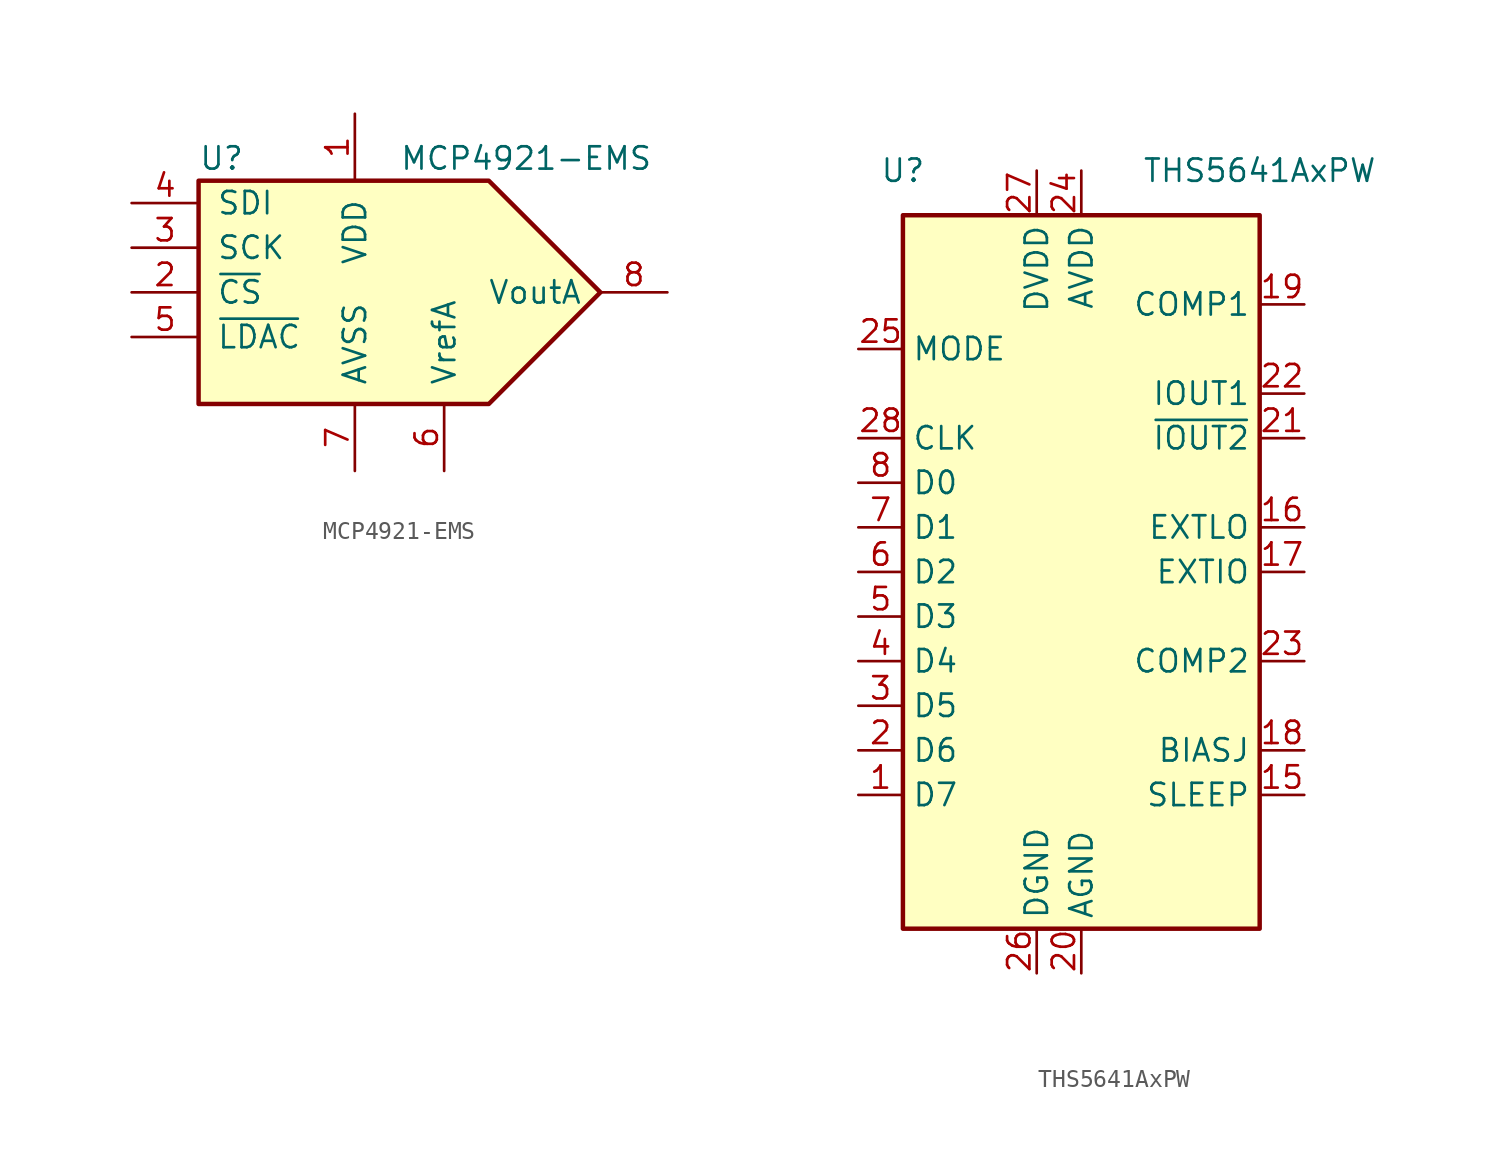
<source format=kicad_sym>
(kicad_symbol_lib
  (version 20211014)
  (generator kicad_symbol_editor)
  (symbol "MCP4921-EMS"
    (pin_names
      (offset 1.016))
    (property "Reference" "U"
      (at -11.43 7.62 0)
      (effects (font (size 1.27 1.27)) (justify left)))
    (property "Value" "MCP4921-EMS"
      (at 0 7.62 0)
      (effects (font (size 1.27 1.27)) (justify left)))
    (symbol "MCP4921-EMS_0_1"
      (polyline (pts (xy -11.43 6.35) (xy 5.08 6.35) (xy 11.43 0) (xy 5.08 -6.35) (xy -11.43 -6.35) (xy -11.43 6.35)) (stroke (width 0.254) (type default) (color 0 0 0 0)) (fill (type background))))
    (symbol "MCP4921-EMS_1_1"
      (pin power_in line (at -2.54 10.16 270) (length 3.81) (name "VDD" (effects (font (size 1.27 1.27)))) (number "1" (effects (font (size 1.27 1.27)))))
      (pin input line (at -15.24 0 0) (length 3.81) (name "~{CS}" (effects (font (size 1.27 1.27)))) (number "2" (effects (font (size 1.27 1.27)))))
      (pin input line (at -15.24 2.54 0) (length 3.81) (name "SCK" (effects (font (size 1.27 1.27)))) (number "3" (effects (font (size 1.27 1.27)))))
      (pin input line (at -15.24 5.08 0) (length 3.81) (name "SDI" (effects (font (size 1.27 1.27)))) (number "4" (effects (font (size 1.27 1.27)))))
      (pin input line (at -15.24 -2.54 0) (length 3.81) (name "~{LDAC}" (effects (font (size 1.27 1.27)))) (number "5" (effects (font (size 1.27 1.27)))))
      (pin passive line (at 2.54 -10.16 90) (length 3.81) (name "VrefA" (effects (font (size 1.27 1.27)))) (number "6" (effects (font (size 1.27 1.27)))))
      (pin power_in line (at -2.54 -10.16 90) (length 3.81) (name "AVSS" (effects (font (size 1.27 1.27)))) (number "7" (effects (font (size 1.27 1.27)))))
      (pin passive line (at 15.24 0 180) (length 3.81) (name "VoutA" (effects (font (size 1.27 1.27)))) (number "8" (effects (font (size 1.27 1.27)))))))
  (symbol "THS5641AxPW"
    (property "Reference" "U"
      (at -10.16 22.86 0)
      (effects (font (size 1.27 1.27))))
    (property "Value" "THS5641AxPW"
      (at 10.16 22.86 0)
      (effects (font (size 1.27 1.27))))
    (symbol "THS5641AxPW_0_1"
      (rectangle (start -10.16 20.32) (end 10.16 -20.32) (stroke (width 0.254) (type default) (color 0 0 0 0)) (fill (type background))))
    (symbol "THS5641AxPW_1_1"
      (pin input line (at -12.7 -12.7 0) (length 2.54) (name "D7" (effects (font (size 1.27 1.27)))) (number "1" (effects (font (size 1.27 1.27)))))
      (pin no_connect line (at -10.16 -17.78 0) (length 2.54) hide (name "NC" (effects (font (size 1.27 1.27)))) (number "10" (effects (font (size 1.27 1.27)))))
      (pin no_connect line (at 10.16 -17.78 180) (length 2.54) hide (name "NC" (effects (font (size 1.27 1.27)))) (number "11" (effects (font (size 1.27 1.27)))))
      (pin no_connect line (at 10.16 -15.24 180) (length 2.54) hide (name "NC" (effects (font (size 1.27 1.27)))) (number "12" (effects (font (size 1.27 1.27)))))
      (pin no_connect line (at 10.16 12.7 180) (length 2.54) hide (name "NC" (effects (font (size 1.27 1.27)))) (number "13" (effects (font (size 1.27 1.27)))))
      (pin no_connect line (at 10.16 17.78 180) (length 2.54) hide (name "NC" (effects (font (size 1.27 1.27)))) (number "14" (effects (font (size 1.27 1.27)))))
      (pin input line (at 12.7 -12.7 180) (length 2.54) (name "SLEEP" (effects (font (size 1.27 1.27)))) (number "15" (effects (font (size 1.27 1.27)))))
      (pin bidirectional line (at 12.7 2.54 180) (length 2.54) (name "EXTLO" (effects (font (size 1.27 1.27)))) (number "16" (effects (font (size 1.27 1.27)))))
      (pin bidirectional line (at 12.7 0 180) (length 2.54) (name "EXTIO" (effects (font (size 1.27 1.27)))) (number "17" (effects (font (size 1.27 1.27)))))
      (pin passive line (at 12.7 -10.16 180) (length 2.54) (name "BIASJ" (effects (font (size 1.27 1.27)))) (number "18" (effects (font (size 1.27 1.27)))))
      (pin input line (at 12.7 15.24 180) (length 2.54) (name "COMP1" (effects (font (size 1.27 1.27)))) (number "19" (effects (font (size 1.27 1.27)))))
      (pin input line (at -12.7 -10.16 0) (length 2.54) (name "D6" (effects (font (size 1.27 1.27)))) (number "2" (effects (font (size 1.27 1.27)))))
      (pin power_in line (at 0 -22.86 90) (length 2.54) (name "AGND" (effects (font (size 1.27 1.27)))) (number "20" (effects (font (size 1.27 1.27)))))
      (pin output line (at 12.7 7.62 180) (length 2.54) (name "~{IOUT2}" (effects (font (size 1.27 1.27)))) (number "21" (effects (font (size 1.27 1.27)))))
      (pin output line (at 12.7 10.16 180) (length 2.54) (name "IOUT1" (effects (font (size 1.27 1.27)))) (number "22" (effects (font (size 1.27 1.27)))))
      (pin input line (at 12.7 -5.08 180) (length 2.54) (name "COMP2" (effects (font (size 1.27 1.27)))) (number "23" (effects (font (size 1.27 1.27)))))
      (pin power_in line (at 0 22.86 270) (length 2.54) (name "AVDD" (effects (font (size 1.27 1.27)))) (number "24" (effects (font (size 1.27 1.27)))))
      (pin input line (at -12.7 12.7 0) (length 2.54) (name "MODE" (effects (font (size 1.27 1.27)))) (number "25" (effects (font (size 1.27 1.27)))))
      (pin power_in line (at -2.54 -22.86 90) (length 2.54) (name "DGND" (effects (font (size 1.27 1.27)))) (number "26" (effects (font (size 1.27 1.27)))))
      (pin power_in line (at -2.54 22.86 270) (length 2.54) (name "DVDD" (effects (font (size 1.27 1.27)))) (number "27" (effects (font (size 1.27 1.27)))))
      (pin input line (at -12.7 7.62 0) (length 2.54) (name "CLK" (effects (font (size 1.27 1.27)))) (number "28" (effects (font (size 1.27 1.27)))))
      (pin input line (at -12.7 -7.62 0) (length 2.54) (name "D5" (effects (font (size 1.27 1.27)))) (number "3" (effects (font (size 1.27 1.27)))))
      (pin input line (at -12.7 -5.08 0) (length 2.54) (name "D4" (effects (font (size 1.27 1.27)))) (number "4" (effects (font (size 1.27 1.27)))))
      (pin input line (at -12.7 -2.54 0) (length 2.54) (name "D3" (effects (font (size 1.27 1.27)))) (number "5" (effects (font (size 1.27 1.27)))))
      (pin input line (at -12.7 0 0) (length 2.54) (name "D2" (effects (font (size 1.27 1.27)))) (number "6" (effects (font (size 1.27 1.27)))))
      (pin input line (at -12.7 2.54 0) (length 2.54) (name "D1" (effects (font (size 1.27 1.27)))) (number "7" (effects (font (size 1.27 1.27)))))
      (pin input line (at -12.7 5.08 0) (length 2.54) (name "D0" (effects (font (size 1.27 1.27)))) (number "8" (effects (font (size 1.27 1.27)))))
      (pin no_connect line (at -10.16 -15.24 0) (length 2.54) hide (name "NC" (effects (font (size 1.27 1.27)))) (number "9" (effects (font (size 1.27 1.27))))))))
</source>
